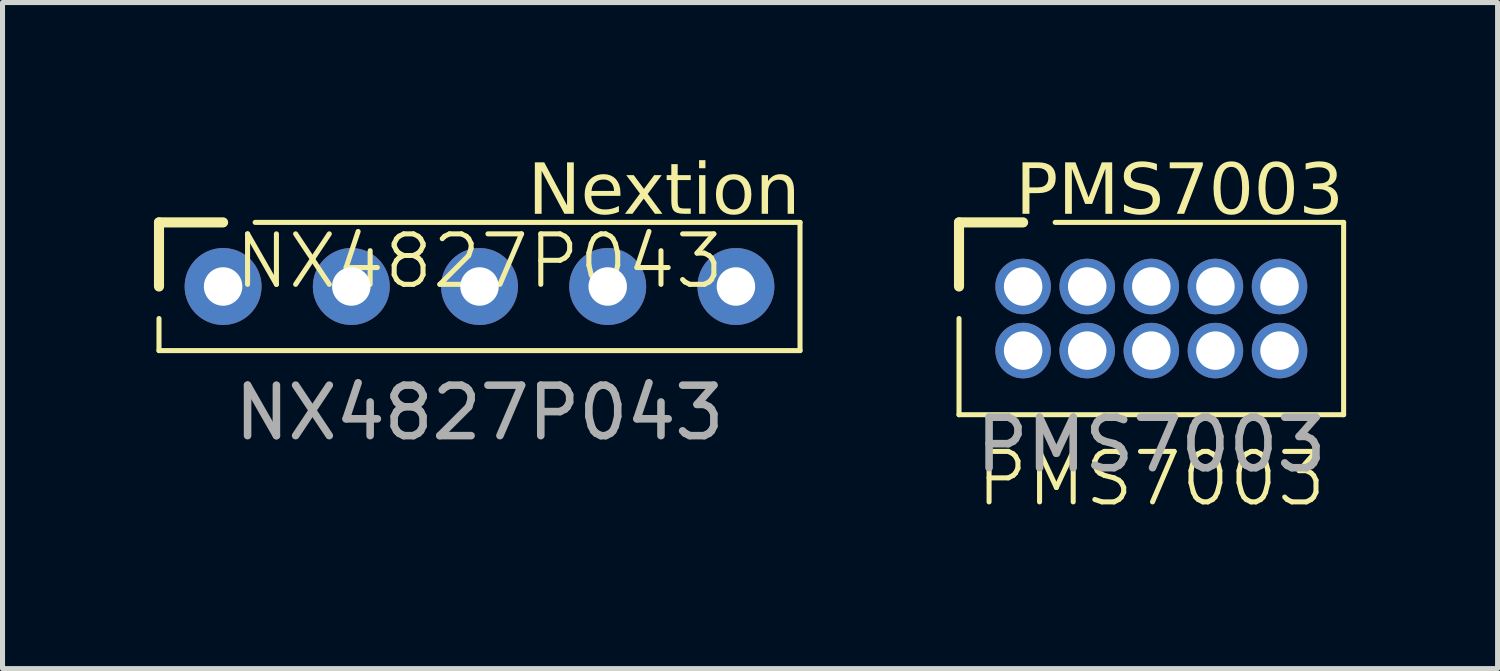
<source format=kicad_pcb>
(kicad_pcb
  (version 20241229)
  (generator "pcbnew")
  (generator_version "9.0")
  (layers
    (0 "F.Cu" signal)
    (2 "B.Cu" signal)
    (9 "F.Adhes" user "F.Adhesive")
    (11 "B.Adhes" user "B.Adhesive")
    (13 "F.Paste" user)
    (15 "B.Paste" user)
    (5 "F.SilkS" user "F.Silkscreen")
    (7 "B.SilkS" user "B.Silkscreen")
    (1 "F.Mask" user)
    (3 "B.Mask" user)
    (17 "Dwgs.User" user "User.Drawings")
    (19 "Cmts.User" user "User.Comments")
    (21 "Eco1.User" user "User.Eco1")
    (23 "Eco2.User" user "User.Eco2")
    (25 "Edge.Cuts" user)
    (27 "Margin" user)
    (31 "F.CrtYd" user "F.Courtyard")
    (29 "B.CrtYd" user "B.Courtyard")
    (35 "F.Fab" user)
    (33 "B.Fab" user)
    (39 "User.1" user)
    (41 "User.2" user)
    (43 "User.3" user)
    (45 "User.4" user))
  (footprint "NX4827P043"
    (layer "F.Cu")
    (at 6.45 2.626)
    (property "Reference" "NX4827P043" (at 0 -0.5 0) (unlocked yes) (layer "F.SilkS") (effects (font (size 1 1) (thickness 0.1))))
    (attr through_hole)
    (fp_line (start -6.35 -1.27) (end -5.08 -1.27) (stroke (width 0.2) (type default)) (layer "F.SilkS"))
    (fp_line (start -6.35 0) (end -6.35 -1.27) (stroke (width 0.2) (type default)) (layer "F.SilkS"))
    (fp_line (start -6.35 1.27) (end -6.35 0.635) (stroke (width 0.1) (type default)) (layer "F.SilkS"))
    (fp_line (start -6.35 1.27) (end 6.35 1.27) (stroke (width 0.1) (type default)) (layer "F.SilkS"))
    (fp_line (start 6.35 -1.27) (end -4.445 -1.27) (stroke (width 0.1) (type default)) (layer "F.SilkS"))
    (fp_line (start 6.35 1.27) (end 6.35 -1.27) (stroke (width 0.1) (type default)) (layer "F.SilkS"))
    (fp_text user "Nextion" (at 6.35 -1.27 0) (unlocked yes) (layer "F.SilkS") (effects (font (face "JetBrains Mono") (size 1 1) (thickness 0.1)) (justify right bottom)))
    (fp_text user "${REFERENCE}" (at 0 2.5 0) (unlocked yes) (layer "F.Fab") (effects (font (size 1 1) (thickness 0.15))))
    (pad "1" thru_hole circle (at -5.08 0) (size 1.524 1.524) (drill 0.762) (layers "*.Cu" "*.Mask"))
    (pad "2" thru_hole circle (at -2.54 0) (size 1.524 1.524) (drill 0.762) (layers "*.Cu" "*.Mask"))
    (pad "3" thru_hole circle (at 0 0) (size 1.524 1.524) (drill 0.762) (layers "*.Cu" "*.Mask"))
    (pad "4" thru_hole circle (at 2.54 0) (size 1.524 1.524) (drill 0.762) (layers "*.Cu" "*.Mask"))
    (pad "5" thru_hole circle (at 5.08 0) (size 1.524 1.524) (drill 0.762) (layers "*.Cu" "*.Mask")))
  (footprint "PMS7003"
    (layer "F.Cu")
    (at 19.76 3.261)
    (property "Reference" "PMS7003" (at 0 3.175 0) (unlocked yes) (layer "F.SilkS") (effects (font (size 1 1) (thickness 0.1))))
    (attr through_hole)
    (fp_line (start -3.81 -1.905) (end -2.54 -1.905) (stroke (width 0.2) (type default)) (layer "F.SilkS"))
    (fp_line (start -3.81 -0.635) (end -3.81 -1.905) (stroke (width 0.2) (type default)) (layer "F.SilkS"))
    (fp_line (start -3.81 1.905) (end -3.81 0) (stroke (width 0.1) (type default)) (layer "F.SilkS"))
    (fp_line (start -3.81 1.905) (end 3.81 1.905) (stroke (width 0.1) (type default)) (layer "F.SilkS"))
    (fp_line (start 3.81 -1.905) (end -1.905 -1.905) (stroke (width 0.1) (type default)) (layer "F.SilkS"))
    (fp_line (start 3.81 1.905) (end 3.81 -1.905) (stroke (width 0.1) (type default)) (layer "F.SilkS"))
    (fp_text user "PMS7003" (at 3.81 -1.905 0) (unlocked yes) (layer "F.SilkS") (effects (font (face "JetBrains Mono") (size 1 1) (thickness 0.1)) (justify right bottom)))
    (fp_text user "${REFERENCE}" (at 0 2.5 0) (unlocked yes) (layer "F.Fab") (effects (font (size 1 1) (thickness 0.15))))
    (pad "1" thru_hole circle (at -2.54 0.635) (size 1.1 1.1) (drill 0.762) (layers "*.Cu" "*.Mask"))
    (pad "2" thru_hole circle (at -2.54 -0.635) (size 1.1 1.1) (drill 0.762) (layers "*.Cu" "*.Mask"))
    (pad "3" thru_hole circle (at -1.27 0.635) (size 1.1 1.1) (drill 0.762) (layers "*.Cu" "*.Mask"))
    (pad "4" thru_hole circle (at -1.27 -0.635) (size 1.1 1.1) (drill 0.762) (layers "*.Cu" "*.Mask"))
    (pad "5" thru_hole circle (at 0 0.635) (size 1.1 1.1) (drill 0.762) (layers "*.Cu" "*.Mask"))
    (pad "6" thru_hole circle (at 0 -0.635) (size 1.1 1.1) (drill 0.762) (layers "*.Cu" "*.Mask"))
    (pad "7" thru_hole circle (at 1.27 0.635) (size 1.1 1.1) (drill 0.762) (layers "*.Cu" "*.Mask"))
    (pad "8" thru_hole circle (at 1.27 -0.635) (size 1.1 1.1) (drill 0.762) (layers "*.Cu" "*.Mask"))
    (pad "9" thru_hole circle (at 2.54 0.635) (size 1.1 1.1) (drill 0.762) (layers "*.Cu" "*.Mask"))
    (pad "10" thru_hole circle (at 2.54 -0.635) (size 1.1 1.1) (drill 0.762) (layers "*.Cu" "*.Mask")))
  (gr_rect
    (start -3 -3)
    (end 26.62 10.196)
    (stroke (width 0.1) (type default))
    (fill no)
    (layer "Edge.Cuts")))
</source>
